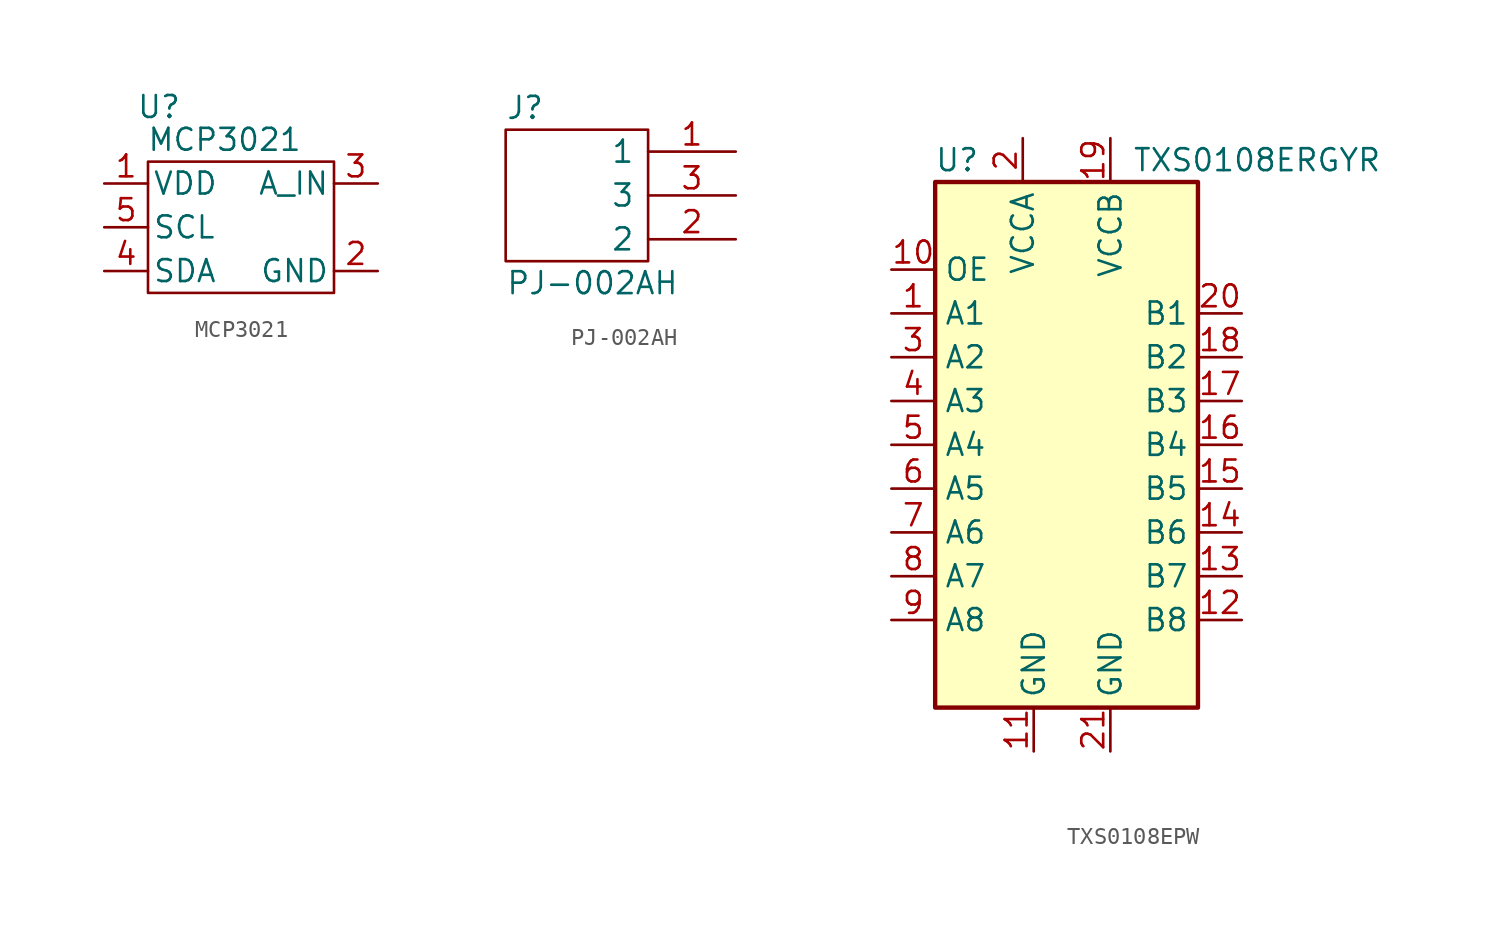
<source format=kicad_sym>
(kicad_symbol_lib
  (version 20220914)
  (generator kicad_symbol_editor)
  (symbol "MCP3021"
    (pin_names
      (offset 0.254))
    (property "Reference" "U"
      (at -5.715 6.985 0)
      (effects (font (size 1.27 1.27))))
    (property "Value" "MCP3021"
      (at -1.905 5.08 0)
      (effects (font (size 1.27 1.27))))
    (symbol "MCP3021_0_1"
      (rectangle (start -6.35 3.81) (end 4.445 -3.81) (stroke (width 0) (type default)) (fill (type none))))
    (symbol "MCP3021_1_1"
      (pin power_in line (at -8.89 2.54 0) (length 2.54) (name "VDD" (effects (font (size 1.27 1.27)))) (number "1" (effects (font (size 1.27 1.27)))))
      (pin input line (at 6.985 -2.54 180) (length 2.54) (name "GND" (effects (font (size 1.27 1.27)))) (number "2" (effects (font (size 1.27 1.27)))))
      (pin input line (at 6.985 2.54 180) (length 2.54) (name "A_IN" (effects (font (size 1.27 1.27)))) (number "3" (effects (font (size 1.27 1.27)))))
      (pin bidirectional line (at -8.89 -2.54 0) (length 2.54) (name "SDA" (effects (font (size 1.27 1.27)))) (number "4" (effects (font (size 1.27 1.27)))))
      (pin input line (at -8.89 0 0) (length 2.54) (name "SCL" (effects (font (size 1.27 1.27)))) (number "5" (effects (font (size 1.27 1.27)))))))
  (symbol "PJ-002AH"
    (pin_names
      (offset 0.762))
    (property "Reference" "J"
      (at -8.255 5.08 0)
      (effects (font (size 1.27 1.27)) (justify left)))
    (property "Value" "PJ-002AH"
      (at -8.255 -5.08 0)
      (effects (font (size 1.27 1.27)) (justify left)))
    (symbol "PJ-002AH_0_0"
      (pin passive line (at 5.08 2.54 180) (length 5.08) (name "1" (effects (font (size 1.27 1.27)))) (number "1" (effects (font (size 1.27 1.27)))))
      (pin passive line (at 5.08 -2.54 180) (length 5.08) (name "2" (effects (font (size 1.27 1.27)))) (number "2" (effects (font (size 1.27 1.27)))))
      (pin passive line (at 5.08 0 180) (length 5.08) (name "3" (effects (font (size 1.27 1.27)))) (number "3" (effects (font (size 1.27 1.27))))))
    (symbol "PJ-002AH_0_1"
      (rectangle (start -8.255 3.81) (end 0 -3.81) (stroke (width 0) (type solid)) (fill (type none)))))
  (symbol "TXS0108EPW"
    (property "Reference" "U"
      (at -6.35 16.51 0)
      (effects (font (size 1.27 1.27))))
    (property "Value" "TXS0108ERGYR"
      (at 3.81 16.51 0)
      (effects (font (size 1.27 1.27)) (justify left)))
    (symbol "TXS0108EPW_0_1"
      (rectangle (start -7.62 15.24) (end 7.62 -15.24) (stroke (width 0.254) (type default)) (fill (type background))))
    (symbol "TXS0108EPW_1_1"
      (pin bidirectional line (at -10.16 7.62 0) (length 2.54) (name "A1" (effects (font (size 1.27 1.27)))) (number "1" (effects (font (size 1.27 1.27)))))
      (pin input line (at -10.16 10.16 0) (length 2.54) (name "OE" (effects (font (size 1.27 1.27)))) (number "10" (effects (font (size 1.27 1.27)))))
      (pin power_in line (at -1.905 -17.78 90) (length 2.54) (name "GND" (effects (font (size 1.27 1.27)))) (number "11" (effects (font (size 1.27 1.27)))))
      (pin bidirectional line (at 10.16 -10.16 180) (length 2.54) (name "B8" (effects (font (size 1.27 1.27)))) (number "12" (effects (font (size 1.27 1.27)))))
      (pin bidirectional line (at 10.16 -7.62 180) (length 2.54) (name "B7" (effects (font (size 1.27 1.27)))) (number "13" (effects (font (size 1.27 1.27)))))
      (pin bidirectional line (at 10.16 -5.08 180) (length 2.54) (name "B6" (effects (font (size 1.27 1.27)))) (number "14" (effects (font (size 1.27 1.27)))))
      (pin bidirectional line (at 10.16 -2.54 180) (length 2.54) (name "B5" (effects (font (size 1.27 1.27)))) (number "15" (effects (font (size 1.27 1.27)))))
      (pin bidirectional line (at 10.16 0 180) (length 2.54) (name "B4" (effects (font (size 1.27 1.27)))) (number "16" (effects (font (size 1.27 1.27)))))
      (pin bidirectional line (at 10.16 2.54 180) (length 2.54) (name "B3" (effects (font (size 1.27 1.27)))) (number "17" (effects (font (size 1.27 1.27)))))
      (pin bidirectional line (at 10.16 5.08 180) (length 2.54) (name "B2" (effects (font (size 1.27 1.27)))) (number "18" (effects (font (size 1.27 1.27)))))
      (pin power_in line (at 2.54 17.78 270) (length 2.54) (name "VCCB" (effects (font (size 1.27 1.27)))) (number "19" (effects (font (size 1.27 1.27)))))
      (pin power_in line (at -2.54 17.78 270) (length 2.54) (name "VCCA" (effects (font (size 1.27 1.27)))) (number "2" (effects (font (size 1.27 1.27)))))
      (pin bidirectional line (at 10.16 7.62 180) (length 2.54) (name "B1" (effects (font (size 1.27 1.27)))) (number "20" (effects (font (size 1.27 1.27)))))
      (pin power_in line (at 2.54 -17.78 90) (length 2.54) (name "GND" (effects (font (size 1.27 1.27)))) (number "21" (effects (font (size 1.27 1.27)))))
      (pin bidirectional line (at -10.16 5.08 0) (length 2.54) (name "A2" (effects (font (size 1.27 1.27)))) (number "3" (effects (font (size 1.27 1.27)))))
      (pin bidirectional line (at -10.16 2.54 0) (length 2.54) (name "A3" (effects (font (size 1.27 1.27)))) (number "4" (effects (font (size 1.27 1.27)))))
      (pin bidirectional line (at -10.16 0 0) (length 2.54) (name "A4" (effects (font (size 1.27 1.27)))) (number "5" (effects (font (size 1.27 1.27)))))
      (pin bidirectional line (at -10.16 -2.54 0) (length 2.54) (name "A5" (effects (font (size 1.27 1.27)))) (number "6" (effects (font (size 1.27 1.27)))))
      (pin bidirectional line (at -10.16 -5.08 0) (length 2.54) (name "A6" (effects (font (size 1.27 1.27)))) (number "7" (effects (font (size 1.27 1.27)))))
      (pin bidirectional line (at -10.16 -7.62 0) (length 2.54) (name "A7" (effects (font (size 1.27 1.27)))) (number "8" (effects (font (size 1.27 1.27)))))
      (pin bidirectional line (at -10.16 -10.16 0) (length 2.54) (name "A8" (effects (font (size 1.27 1.27)))) (number "9" (effects (font (size 1.27 1.27))))))))
</source>
